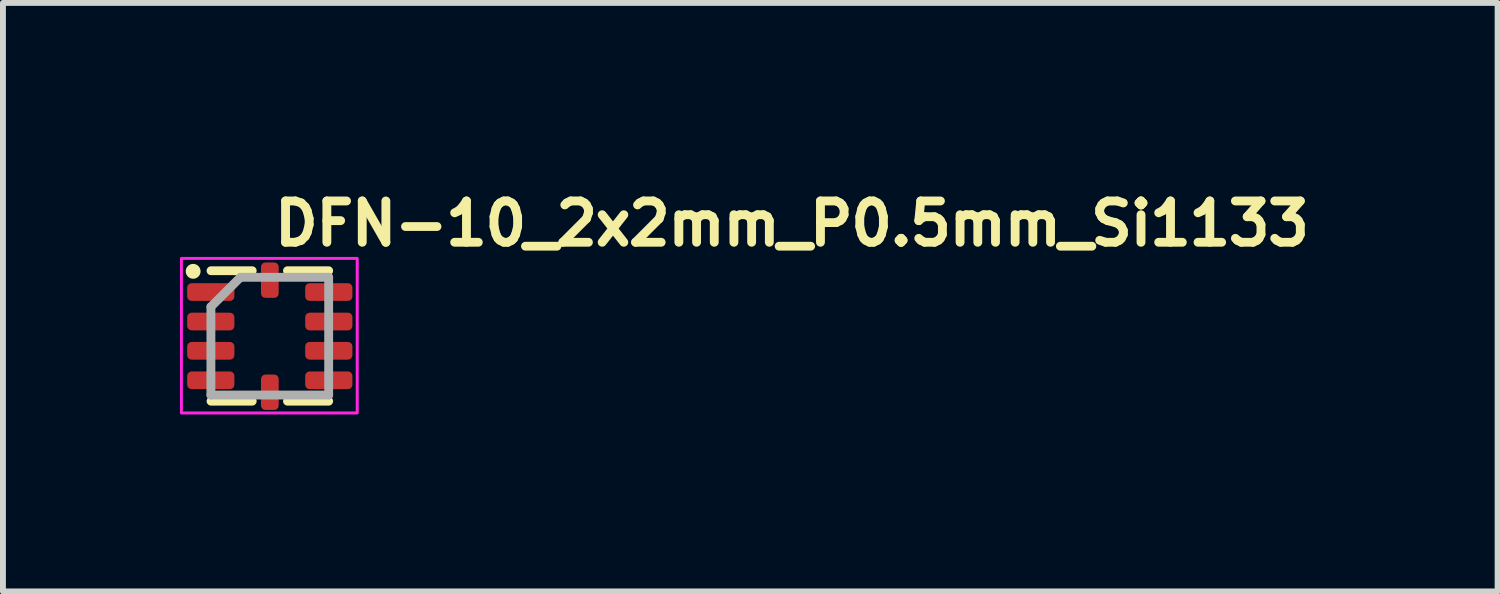
<source format=kicad_pcb>
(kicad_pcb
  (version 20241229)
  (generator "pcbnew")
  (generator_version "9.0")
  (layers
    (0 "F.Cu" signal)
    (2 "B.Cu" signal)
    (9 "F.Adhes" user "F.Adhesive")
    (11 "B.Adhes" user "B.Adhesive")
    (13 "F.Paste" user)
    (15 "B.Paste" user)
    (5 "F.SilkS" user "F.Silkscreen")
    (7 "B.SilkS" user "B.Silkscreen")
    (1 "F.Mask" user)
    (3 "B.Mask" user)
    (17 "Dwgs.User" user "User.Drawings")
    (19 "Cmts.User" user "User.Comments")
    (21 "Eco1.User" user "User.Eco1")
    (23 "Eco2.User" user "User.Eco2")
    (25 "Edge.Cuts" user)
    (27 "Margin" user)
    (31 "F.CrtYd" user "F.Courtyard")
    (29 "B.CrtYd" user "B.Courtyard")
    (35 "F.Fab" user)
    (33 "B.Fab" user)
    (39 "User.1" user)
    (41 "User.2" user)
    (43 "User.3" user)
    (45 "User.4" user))
  (footprint "DFN-10_2x2mm_P0.5mm_Si1133"
    (layer "F.Cu")
    (at 1.525 2.65)
    (property "Reference" "DFN-10_2x2mm_P0.5mm_Si1133" (at 0 -1.5 0) (layer "F.SilkS") (effects (font (size 0.7 0.7) (thickness 0.15)) (justify left bottom)))
    (attr smd)
    (fp_line (start -0.3 -1.111) (end -0.998 -1.111) (stroke (width 0.15) (type solid)) (layer "F.SilkS"))
    (fp_line (start -0.3 1.1) (end -0.998 1.1) (stroke (width 0.15) (type solid)) (layer "F.SilkS"))
    (fp_line (start 0.298 -1.111) (end 0.996 -1.111) (stroke (width 0.15) (type solid)) (layer "F.SilkS"))
    (fp_line (start 0.298 1.1) (end 0.996 1.1) (stroke (width 0.15) (type solid)) (layer "F.SilkS"))
    (fp_circle (center -1.301 -1.101) (end -1.25 -1.101) (stroke (width 0.15) (type solid)) (fill yes) (layer "F.SilkS"))
    (fp_rect (start -1.5 -1.32) (end 1.48 1.3) (stroke (width 0.05) (type solid)) (fill no) (layer "F.CrtYd"))
    (fp_line (start -1 -0.5) (end -0.5 -1) (stroke (width 0.15) (type solid)) (layer "F.Fab"))
    (fp_line (start -1 0.996) (end -1 -0.5) (stroke (width 0.15) (type solid)) (layer "F.Fab"))
    (fp_line (start -0.5 -1) (end 0.996 -1) (stroke (width 0.15) (type solid)) (layer "F.Fab"))
    (fp_line (start 0.996 -1) (end 0.996 0.996) (stroke (width 0.15) (type solid)) (layer "F.Fab"))
    (fp_line (start 0.996 0.996) (end -1 0.996) (stroke (width 0.15) (type solid)) (layer "F.Fab"))
    (fp_rect (start -1.051 -1.051) (end 1.05 1.05) (stroke (width 0.1) (type solid)) (fill no) (layer "User.5"))
    (fp_line (start -1.051 -0.875) (end -1 -0.875) (stroke (width 0.02) (type solid)) (layer "User.9"))
    (fp_line (start -1.051 -0.625) (end -1.051 -0.875) (stroke (width 0.02) (type solid)) (layer "User.9"))
    (fp_line (start -1.051 -0.625) (end -1 -0.625) (stroke (width 0.02) (type solid)) (layer "User.9"))
    (fp_line (start -1.051 -0.375) (end -1 -0.375) (stroke (width 0.02) (type solid)) (layer "User.9"))
    (fp_line (start -1.051 -0.125) (end -1.051 -0.375) (stroke (width 0.02) (type solid)) (layer "User.9"))
    (fp_line (start -1.051 -0.125) (end -1 -0.125) (stroke (width 0.02) (type solid)) (layer "User.9"))
    (fp_line (start -1.051 0.123) (end -1 0.123) (stroke (width 0.02) (type solid)) (layer "User.9"))
    (fp_line (start -1.051 0.373) (end -1.051 0.123) (stroke (width 0.02) (type solid)) (layer "User.9"))
    (fp_line (start -1.051 0.373) (end -1 0.373) (stroke (width 0.02) (type solid)) (layer "User.9"))
    (fp_line (start -1.051 0.623) (end -1 0.623) (stroke (width 0.02) (type solid)) (layer "User.9"))
    (fp_line (start -1.051 0.873) (end -1.051 0.623) (stroke (width 0.02) (type solid)) (layer "User.9"))
    (fp_line (start -1.051 0.873) (end -1 0.873) (stroke (width 0.02) (type solid)) (layer "User.9"))
    (fp_line (start -1 -1) (end 0.998 -1) (stroke (width 0.02) (type solid)) (layer "User.9"))
    (fp_line (start -1 0.998) (end -1 -1) (stroke (width 0.02) (type solid)) (layer "User.9"))
    (fp_line (start -1 0.998) (end 0.998 0.998) (stroke (width 0.02) (type solid)) (layer "User.9"))
    (fp_line (start -0.875 -0.763) (end -0.875 -0.757) (stroke (width 0.02) (type solid)) (layer "User.9"))
    (fp_line (start -0.875 -0.757) (end -0.875 -0.75) (stroke (width 0.02) (type solid)) (layer "User.9"))
    (fp_line (start -0.875 -0.75) (end -0.875 -0.75) (stroke (width 0.02) (type solid)) (layer "User.9"))
    (fp_line (start -0.875 -0.75) (end -0.875 -0.744) (stroke (width 0.02) (type solid)) (layer "User.9"))
    (fp_line (start -0.875 -0.744) (end -0.875 -0.738) (stroke (width 0.02) (type solid)) (layer "User.9"))
    (fp_line (start -0.875 -0.738) (end -0.874 -0.731) (stroke (width 0.02) (type solid)) (layer "User.9"))
    (fp_line (start -0.874 -0.771) (end -0.875 -0.763) (stroke (width 0.02) (type solid)) (layer "User.9"))
    (fp_line (start -0.874 -0.731) (end -0.873 -0.725) (stroke (width 0.02) (type solid)) (layer "User.9"))
    (fp_line (start -0.873 -0.777) (end -0.874 -0.771) (stroke (width 0.02) (type solid)) (layer "User.9"))
    (fp_line (start -0.873 -0.725) (end -0.872 -0.719) (stroke (width 0.02) (type solid)) (layer "User.9"))
    (fp_line (start -0.872 -0.783) (end -0.873 -0.777) (stroke (width 0.02) (type solid)) (layer "User.9"))
    (fp_line (start -0.872 -0.719) (end -0.87 -0.713) (stroke (width 0.02) (type solid)) (layer "User.9"))
    (fp_line (start -0.87 -0.789) (end -0.872 -0.783) (stroke (width 0.02) (type solid)) (layer "User.9"))
    (fp_line (start -0.87 -0.713) (end -0.868 -0.708) (stroke (width 0.02) (type solid)) (layer "User.9"))
    (fp_line (start -0.868 -0.794) (end -0.87 -0.789) (stroke (width 0.02) (type solid)) (layer "User.9"))
    (fp_line (start -0.868 -0.708) (end -0.866 -0.703) (stroke (width 0.02) (type solid)) (layer "User.9"))
    (fp_line (start -0.866 -0.8) (end -0.868 -0.794) (stroke (width 0.02) (type solid)) (layer "User.9"))
    (fp_line (start -0.866 -0.703) (end -0.863 -0.697) (stroke (width 0.02) (type solid)) (layer "User.9"))
    (fp_line (start -0.863 -0.806) (end -0.866 -0.8) (stroke (width 0.02) (type solid)) (layer "User.9"))
    (fp_line (start -0.863 -0.697) (end -0.86 -0.692) (stroke (width 0.02) (type solid)) (layer "User.9"))
    (fp_line (start -0.86 -0.811) (end -0.863 -0.806) (stroke (width 0.02) (type solid)) (layer "User.9"))
    (fp_line (start -0.86 -0.692) (end -0.857 -0.687) (stroke (width 0.02) (type solid)) (layer "User.9"))
    (fp_line (start -0.857 -0.816) (end -0.86 -0.811) (stroke (width 0.02) (type solid)) (layer "User.9"))
    (fp_line (start -0.857 -0.687) (end -0.854 -0.682) (stroke (width 0.02) (type solid)) (layer "User.9"))
    (fp_line (start -0.854 -0.821) (end -0.857 -0.816) (stroke (width 0.02) (type solid)) (layer "User.9"))
    (fp_line (start -0.854 -0.682) (end -0.851 -0.677) (stroke (width 0.02) (type solid)) (layer "User.9"))
    (fp_line (start -0.851 -0.826) (end -0.854 -0.821) (stroke (width 0.02) (type solid)) (layer "User.9"))
    (fp_line (start -0.851 -0.677) (end -0.847 -0.672) (stroke (width 0.02) (type solid)) (layer "User.9"))
    (fp_line (start -0.847 -0.831) (end -0.851 -0.826) (stroke (width 0.02) (type solid)) (layer "User.9"))
    (fp_line (start -0.847 -0.672) (end -0.843 -0.667) (stroke (width 0.02) (type solid)) (layer "User.9"))
    (fp_line (start -0.843 -0.835) (end -0.847 -0.831) (stroke (width 0.02) (type solid)) (layer "User.9"))
    (fp_line (start -0.843 -0.667) (end -0.839 -0.663) (stroke (width 0.02) (type solid)) (layer "User.9"))
    (fp_line (start -0.839 -0.839) (end -0.843 -0.835) (stroke (width 0.02) (type solid)) (layer "User.9"))
    (fp_line (start -0.839 -0.663) (end -0.835 -0.659) (stroke (width 0.02) (type solid)) (layer "User.9"))
    (fp_line (start -0.835 -0.843) (end -0.839 -0.839) (stroke (width 0.02) (type solid)) (layer "User.9"))
    (fp_line (start -0.835 -0.659) (end -0.831 -0.655) (stroke (width 0.02) (type solid)) (layer "User.9"))
    (fp_line (start -0.831 -0.847) (end -0.835 -0.843) (stroke (width 0.02) (type solid)) (layer "User.9"))
    (fp_line (start -0.831 -0.655) (end -0.826 -0.651) (stroke (width 0.02) (type solid)) (layer "User.9"))
    (fp_line (start -0.826 -0.851) (end -0.831 -0.847) (stroke (width 0.02) (type solid)) (layer "User.9"))
    (fp_line (start -0.826 -0.651) (end -0.821 -0.648) (stroke (width 0.02) (type solid)) (layer "User.9"))
    (fp_line (start -0.821 -0.854) (end -0.826 -0.851) (stroke (width 0.02) (type solid)) (layer "User.9"))
    (fp_line (start -0.821 -0.648) (end -0.816 -0.645) (stroke (width 0.02) (type solid)) (layer "User.9"))
    (fp_line (start -0.816 -0.857) (end -0.821 -0.854) (stroke (width 0.02) (type solid)) (layer "User.9"))
    (fp_line (start -0.816 -0.645) (end -0.811 -0.642) (stroke (width 0.02) (type solid)) (layer "User.9"))
    (fp_line (start -0.811 -0.86) (end -0.816 -0.857) (stroke (width 0.02) (type solid)) (layer "User.9"))
    (fp_line (start -0.811 -0.642) (end -0.806 -0.638) (stroke (width 0.02) (type solid)) (layer "User.9"))
    (fp_line (start -0.806 -0.863) (end -0.811 -0.86) (stroke (width 0.02) (type solid)) (layer "User.9"))
    (fp_line (start -0.806 -0.638) (end -0.8 -0.635) (stroke (width 0.02) (type solid)) (layer "User.9"))
    (fp_line (start -0.8 -0.866) (end -0.806 -0.863) (stroke (width 0.02) (type solid)) (layer "User.9"))
    (fp_line (start -0.8 -0.635) (end -0.794 -0.633) (stroke (width 0.02) (type solid)) (layer "User.9"))
    (fp_line (start -0.794 -0.868) (end -0.8 -0.866) (stroke (width 0.02) (type solid)) (layer "User.9"))
    (fp_line (start -0.794 -0.633) (end -0.789 -0.631) (stroke (width 0.02) (type solid)) (layer "User.9"))
    (fp_line (start -0.789 -0.87) (end -0.794 -0.868) (stroke (width 0.02) (type solid)) (layer "User.9"))
    (fp_line (start -0.789 -0.631) (end -0.783 -0.629) (stroke (width 0.02) (type solid)) (layer "User.9"))
    (fp_line (start -0.783 -0.872) (end -0.789 -0.87) (stroke (width 0.02) (type solid)) (layer "User.9"))
    (fp_line (start -0.783 -0.629) (end -0.777 -0.628) (stroke (width 0.02) (type solid)) (layer "User.9"))
    (fp_line (start -0.777 -0.873) (end -0.783 -0.872) (stroke (width 0.02) (type solid)) (layer "User.9"))
    (fp_line (start -0.777 -0.628) (end -0.771 -0.627) (stroke (width 0.02) (type solid)) (layer "User.9"))
    (fp_line (start -0.771 -0.874) (end -0.777 -0.873) (stroke (width 0.02) (type solid)) (layer "User.9"))
    (fp_line (start -0.771 -0.627) (end -0.763 -0.626) (stroke (width 0.02) (type solid)) (layer "User.9"))
    (fp_line (start -0.763 -0.875) (end -0.771 -0.874) (stroke (width 0.02) (type solid)) (layer "User.9"))
    (fp_line (start -0.763 -0.626) (end -0.757 -0.626) (stroke (width 0.02) (type solid)) (layer "User.9"))
    (fp_line (start -0.757 -0.875) (end -0.763 -0.875) (stroke (width 0.02) (type solid)) (layer "User.9"))
    (fp_line (start -0.757 -0.626) (end -0.75 -0.625) (stroke (width 0.02) (type solid)) (layer "User.9"))
    (fp_line (start -0.75 -0.875) (end -0.757 -0.875) (stroke (width 0.02) (type solid)) (layer "User.9"))
    (fp_line (start -0.75 -0.875) (end -0.75 -0.875) (stroke (width 0.02) (type solid)) (layer "User.9"))
    (fp_line (start -0.75 -0.625) (end -0.75 -0.625) (stroke (width 0.02) (type solid)) (layer "User.9"))
    (fp_line (start -0.75 -0.625) (end -0.744 -0.626) (stroke (width 0.02) (type solid)) (layer "User.9"))
    (fp_line (start -0.744 -0.875) (end -0.75 -0.875) (stroke (width 0.02) (type solid)) (layer "User.9"))
    (fp_line (start -0.744 -0.626) (end -0.738 -0.626) (stroke (width 0.02) (type solid)) (layer "User.9"))
    (fp_line (start -0.738 -0.875) (end -0.744 -0.875) (stroke (width 0.02) (type solid)) (layer "User.9"))
    (fp_line (start -0.738 -0.626) (end -0.731 -0.627) (stroke (width 0.02) (type solid)) (layer "User.9"))
    (fp_line (start -0.731 -0.874) (end -0.738 -0.875) (stroke (width 0.02) (type solid)) (layer "User.9"))
    (fp_line (start -0.731 -0.627) (end -0.725 -0.628) (stroke (width 0.02) (type solid)) (layer "User.9"))
    (fp_line (start -0.725 -0.873) (end -0.731 -0.874) (stroke (width 0.02) (type solid)) (layer "User.9"))
    (fp_line (start -0.725 -0.628) (end -0.719 -0.629) (stroke (width 0.02) (type solid)) (layer "User.9"))
    (fp_line (start -0.719 -0.872) (end -0.725 -0.873) (stroke (width 0.02) (type solid)) (layer "User.9"))
    (fp_line (start -0.719 -0.629) (end -0.713 -0.631) (stroke (width 0.02) (type solid)) (layer "User.9"))
    (fp_line (start -0.713 -0.87) (end -0.719 -0.872) (stroke (width 0.02) (type solid)) (layer "User.9"))
    (fp_line (start -0.713 -0.631) (end -0.708 -0.633) (stroke (width 0.02) (type solid)) (layer "User.9"))
    (fp_line (start -0.708 -0.868) (end -0.713 -0.87) (stroke (width 0.02) (type solid)) (layer "User.9"))
    (fp_line (start -0.708 -0.633) (end -0.703 -0.635) (stroke (width 0.02) (type solid)) (layer "User.9"))
    (fp_line (start -0.703 -0.866) (end -0.708 -0.868) (stroke (width 0.02) (type solid)) (layer "User.9"))
    (fp_line (start -0.703 -0.635) (end -0.697 -0.638) (stroke (width 0.02) (type solid)) (layer "User.9"))
    (fp_line (start -0.697 -0.863) (end -0.703 -0.866) (stroke (width 0.02) (type solid)) (layer "User.9"))
    (fp_line (start -0.697 -0.638) (end -0.692 -0.642) (stroke (width 0.02) (type solid)) (layer "User.9"))
    (fp_line (start -0.692 -0.86) (end -0.697 -0.863) (stroke (width 0.02) (type solid)) (layer "User.9"))
    (fp_line (start -0.692 -0.642) (end -0.687 -0.645) (stroke (width 0.02) (type solid)) (layer "User.9"))
    (fp_line (start -0.687 -0.857) (end -0.692 -0.86) (stroke (width 0.02) (type solid)) (layer "User.9"))
    (fp_line (start -0.687 -0.645) (end -0.682 -0.648) (stroke (width 0.02) (type solid)) (layer "User.9"))
    (fp_line (start -0.682 -0.854) (end -0.687 -0.857) (stroke (width 0.02) (type solid)) (layer "User.9"))
    (fp_line (start -0.682 -0.648) (end -0.677 -0.651) (stroke (width 0.02) (type solid)) (layer "User.9"))
    (fp_line (start -0.677 -0.851) (end -0.682 -0.854) (stroke (width 0.02) (type solid)) (layer "User.9"))
    (fp_line (start -0.677 -0.651) (end -0.672 -0.655) (stroke (width 0.02) (type solid)) (layer "User.9"))
    (fp_line (start -0.672 -0.847) (end -0.677 -0.851) (stroke (width 0.02) (type solid)) (layer "User.9"))
    (fp_line (start -0.672 -0.655) (end -0.667 -0.659) (stroke (width 0.02) (type solid)) (layer "User.9"))
    (fp_line (start -0.667 -0.843) (end -0.672 -0.847) (stroke (width 0.02) (type solid)) (layer "User.9"))
    (fp_line (start -0.667 -0.659) (end -0.663 -0.663) (stroke (width 0.02) (type solid)) (layer "User.9"))
    (fp_line (start -0.663 -0.839) (end -0.667 -0.843) (stroke (width 0.02) (type solid)) (layer "User.9"))
    (fp_line (start -0.663 -0.663) (end -0.659 -0.667) (stroke (width 0.02) (type solid)) (layer "User.9"))
    (fp_line (start -0.659 -0.835) (end -0.663 -0.839) (stroke (width 0.02) (type solid)) (layer "User.9"))
    (fp_line (start -0.659 -0.667) (end -0.655 -0.672) (stroke (width 0.02) (type solid)) (layer "User.9"))
    (fp_line (start -0.655 -0.831) (end -0.659 -0.835) (stroke (width 0.02) (type solid)) (layer "User.9"))
    (fp_line (start -0.655 -0.672) (end -0.651 -0.677) (stroke (width 0.02) (type solid)) (layer "User.9"))
    (fp_line (start -0.651 -0.826) (end -0.655 -0.831) (stroke (width 0.02) (type solid)) (layer "User.9"))
    (fp_line (start -0.651 -0.677) (end -0.648 -0.682) (stroke (width 0.02) (type solid)) (layer "User.9"))
    (fp_line (start -0.648 -0.821) (end -0.651 -0.826) (stroke (width 0.02) (type solid)) (layer "User.9"))
    (fp_line (start -0.648 -0.682) (end -0.645 -0.687) (stroke (width 0.02) (type solid)) (layer "User.9"))
    (fp_line (start -0.645 -0.816) (end -0.648 -0.821) (stroke (width 0.02) (type solid)) (layer "User.9"))
    (fp_line (start -0.645 -0.687) (end -0.642 -0.692) (stroke (width 0.02) (type solid)) (layer "User.9"))
    (fp_line (start -0.642 -0.811) (end -0.645 -0.816) (stroke (width 0.02) (type solid)) (layer "User.9"))
    (fp_line (start -0.642 -0.692) (end -0.638 -0.697) (stroke (width 0.02) (type solid)) (layer "User.9"))
    (fp_line (start -0.638 -0.806) (end -0.642 -0.811) (stroke (width 0.02) (type solid)) (layer "User.9"))
    (fp_line (start -0.638 -0.697) (end -0.635 -0.703) (stroke (width 0.02) (type solid)) (layer "User.9"))
    (fp_line (start -0.635 -0.8) (end -0.638 -0.806) (stroke (width 0.02) (type solid)) (layer "User.9"))
    (fp_line (start -0.635 -0.703) (end -0.633 -0.708) (stroke (width 0.02) (type solid)) (layer "User.9"))
    (fp_line (start -0.633 -0.794) (end -0.635 -0.8) (stroke (width 0.02) (type solid)) (layer "User.9"))
    (fp_line (start -0.633 -0.708) (end -0.631 -0.713) (stroke (width 0.02) (type solid)) (layer "User.9"))
    (fp_line (start -0.631 -0.789) (end -0.633 -0.794) (stroke (width 0.02) (type solid)) (layer "User.9"))
    (fp_line (start -0.631 -0.713) (end -0.629 -0.719) (stroke (width 0.02) (type solid)) (layer "User.9"))
    (fp_line (start -0.629 -0.783) (end -0.631 -0.789) (stroke (width 0.02) (type solid)) (layer "User.9"))
    (fp_line (start -0.629 -0.719) (end -0.628 -0.725) (stroke (width 0.02) (type solid)) (layer "User.9"))
    (fp_line (start -0.628 -0.777) (end -0.629 -0.783) (stroke (width 0.02) (type solid)) (layer "User.9"))
    (fp_line (start -0.628 -0.725) (end -0.627 -0.731) (stroke (width 0.02) (type solid)) (layer "User.9"))
    (fp_line (start -0.627 -0.771) (end -0.628 -0.777) (stroke (width 0.02) (type solid)) (layer "User.9"))
    (fp_line (start -0.627 -0.731) (end -0.626 -0.738) (stroke (width 0.02) (type solid)) (layer "User.9"))
    (fp_line (start -0.626 -0.763) (end -0.627 -0.771) (stroke (width 0.02) (type solid)) (layer "User.9"))
    (fp_line (start -0.626 -0.757) (end -0.626 -0.763) (stroke (width 0.02) (type solid)) (layer "User.9"))
    (fp_line (start -0.626 -0.744) (end -0.625 -0.75) (stroke (width 0.02) (type solid)) (layer "User.9"))
    (fp_line (start -0.626 -0.738) (end -0.626 -0.744) (stroke (width 0.02) (type solid)) (layer "User.9"))
    (fp_line (start -0.625 -0.75) (end -0.626 -0.757) (stroke (width 0.02) (type solid)) (layer "User.9"))
    (fp_line (start -0.625 -0.75) (end -0.625 -0.75) (stroke (width 0.02) (type solid)) (layer "User.9"))
    (fp_line (start -0.625 -0.75) (end -0.625 -0.75) (stroke (width 0.02) (type solid)) (layer "User.9"))
    (fp_line (start -0.125 -1.051) (end 0.123 -1.051) (stroke (width 0.02) (type solid)) (layer "User.9"))
    (fp_line (start -0.125 -1) (end -0.125 -1.051) (stroke (width 0.02) (type solid)) (layer "User.9"))
    (fp_line (start -0.125 1.05) (end -0.125 0.998) (stroke (width 0.02) (type solid)) (layer "User.9"))
    (fp_line (start -0.125 1.05) (end 0.123 1.05) (stroke (width 0.02) (type solid)) (layer "User.9"))
    (fp_line (start 0.123 -1) (end 0.123 -1.051) (stroke (width 0.02) (type solid)) (layer "User.9"))
    (fp_line (start 0.123 1.05) (end 0.123 0.998) (stroke (width 0.02) (type solid)) (layer "User.9"))
    (fp_line (start 0.998 -0.875) (end 1.05 -0.875) (stroke (width 0.02) (type solid)) (layer "User.9"))
    (fp_line (start 0.998 -0.625) (end 1.05 -0.625) (stroke (width 0.02) (type solid)) (layer "User.9"))
    (fp_line (start 0.998 -0.375) (end 1.05 -0.375) (stroke (width 0.02) (type solid)) (layer "User.9"))
    (fp_line (start 0.998 -0.125) (end 1.05 -0.125) (stroke (width 0.02) (type solid)) (layer "User.9"))
    (fp_line (start 0.998 0.123) (end 1.05 0.123) (stroke (width 0.02) (type solid)) (layer "User.9"))
    (fp_line (start 0.998 0.373) (end 1.05 0.373) (stroke (width 0.02) (type solid)) (layer "User.9"))
    (fp_line (start 0.998 0.623) (end 1.05 0.623) (stroke (width 0.02) (type solid)) (layer "User.9"))
    (fp_line (start 0.998 0.873) (end 1.05 0.873) (stroke (width 0.02) (type solid)) (layer "User.9"))
    (fp_line (start 0.998 0.998) (end 0.998 -1) (stroke (width 0.02) (type solid)) (layer "User.9"))
    (fp_line (start 1.05 -0.625) (end 1.05 -0.875) (stroke (width 0.02) (type solid)) (layer "User.9"))
    (fp_line (start 1.05 -0.125) (end 1.05 -0.375) (stroke (width 0.02) (type solid)) (layer "User.9"))
    (fp_line (start 1.05 0.373) (end 1.05 0.123) (stroke (width 0.02) (type solid)) (layer "User.9"))
    (fp_line (start 1.05 0.873) (end 1.05 0.623) (stroke (width 0.02) (type solid)) (layer "User.9"))
    (pad "1" smd roundrect (at -1.002 -0.75) (size 0.8 0.3) (layers "F.Cu" "F.Mask" "F.Paste") (roundrect_rratio 0.25))
    (pad "2" smd roundrect (at -1.002 -0.25) (size 0.8 0.3) (layers "F.Cu" "F.Mask" "F.Paste") (roundrect_rratio 0.25))
    (pad "3" smd roundrect (at -1.002 0.246) (size 0.8 0.3) (layers "F.Cu" "F.Mask" "F.Paste") (roundrect_rratio 0.25))
    (pad "4" smd roundrect (at -1.002 0.746) (size 0.8 0.3) (layers "F.Cu" "F.Mask" "F.Paste") (roundrect_rratio 0.25))
    (pad "5" smd roundrect (at -0.001 0.949 90) (size 0.6 0.3) (layers "F.Cu" "F.Mask" "F.Paste") (roundrect_rratio 0.25))
    (pad "6" smd roundrect (at 0.998 0.746) (size 0.8 0.3) (layers "F.Cu" "F.Mask" "F.Paste") (roundrect_rratio 0.25))
    (pad "7" smd roundrect (at 0.998 0.246) (size 0.8 0.3) (layers "F.Cu" "F.Mask" "F.Paste") (roundrect_rratio 0.25))
    (pad "8" smd roundrect (at 0.998 -0.25) (size 0.8 0.3) (layers "F.Cu" "F.Mask" "F.Paste") (roundrect_rratio 0.25))
    (pad "9" smd roundrect (at 0.998 -0.75) (size 0.8 0.3) (layers "F.Cu" "F.Mask" "F.Paste") (roundrect_rratio 0.25))
    (pad "10" smd roundrect (at -0.001 -0.951 90) (size 0.6 0.3) (layers "F.Cu" "F.Mask" "F.Paste") (roundrect_rratio 0.25)))
  (gr_rect
    (start -3 -3)
    (end 22.335 6.975)
    (stroke (width 0.1) (type default))
    (fill no)
    (layer "Edge.Cuts")))
</source>
